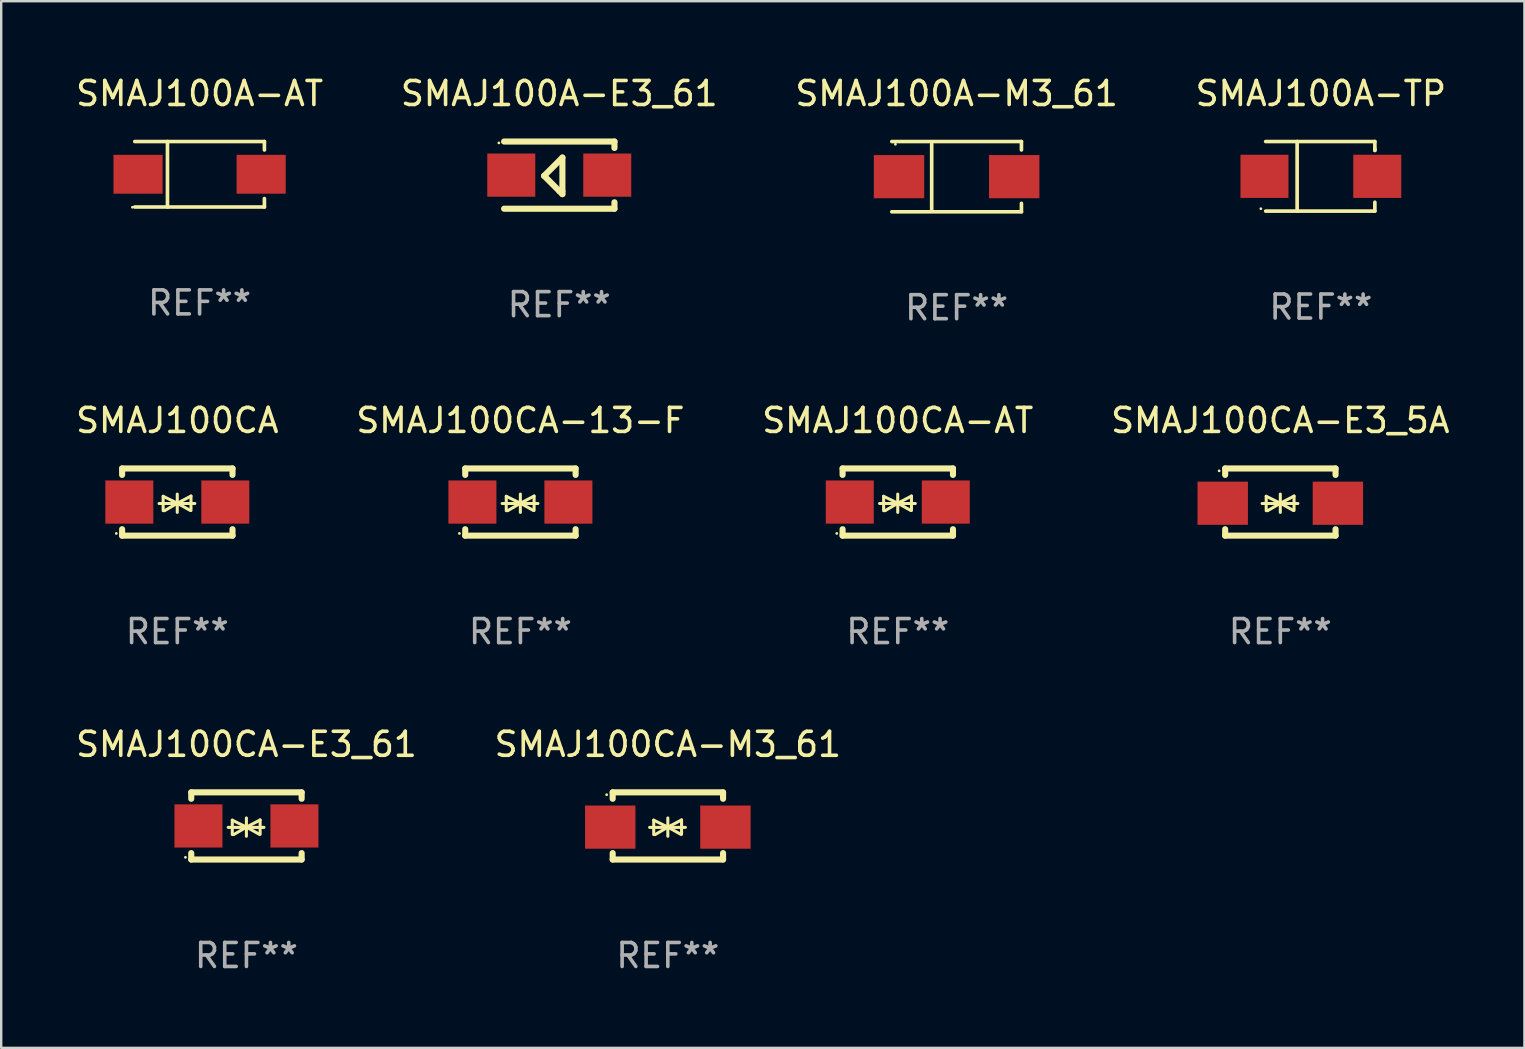
<source format=kicad_pcb>
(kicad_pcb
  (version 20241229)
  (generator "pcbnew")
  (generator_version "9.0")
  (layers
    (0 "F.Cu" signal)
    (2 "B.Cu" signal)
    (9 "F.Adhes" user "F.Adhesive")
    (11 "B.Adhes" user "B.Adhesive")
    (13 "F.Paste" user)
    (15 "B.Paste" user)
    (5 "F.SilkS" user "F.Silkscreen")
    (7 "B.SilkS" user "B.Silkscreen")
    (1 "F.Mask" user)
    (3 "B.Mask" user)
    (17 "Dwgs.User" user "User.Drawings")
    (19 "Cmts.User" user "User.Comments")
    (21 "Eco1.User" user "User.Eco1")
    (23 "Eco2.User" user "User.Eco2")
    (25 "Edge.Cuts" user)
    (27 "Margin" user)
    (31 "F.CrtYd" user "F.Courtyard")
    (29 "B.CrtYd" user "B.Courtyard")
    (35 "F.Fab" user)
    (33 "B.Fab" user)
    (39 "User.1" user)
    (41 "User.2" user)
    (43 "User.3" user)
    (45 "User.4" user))
  (footprint "SMAJ100A-TP"
    (layer "F.Cu")
    (at 51.994 4.298)
    (property "Reference" "SMAJ100A-TP" (at 0 -3.45 0) (layer "F.SilkS") (effects (font (size 1 1) (thickness 0.15))))
    (attr through_hole)
    (fp_line (start -2.3 -1.45) (end 2.25 -1.45) (stroke (width 0.152) (type solid)) (layer "F.SilkS"))
    (fp_line (start -0.989 -1.45) (end -0.989 1.45) (stroke (width 0.152) (type solid)) (layer "F.SilkS"))
    (fp_line (start 2.25 -1.45) (end 2.25 -1.08) (stroke (width 0.152) (type solid)) (layer "F.SilkS"))
    (fp_line (start 2.25 -1.08) (end 2.25 -1.142) (stroke (width 0.152) (type solid)) (layer "F.SilkS"))
    (fp_line (start 2.25 1.45) (end -2.3 1.45) (stroke (width 0.152) (type solid)) (layer "F.SilkS"))
    (fp_line (start 2.25 1.45) (end 2.25 1.08) (stroke (width 0.152) (type solid)) (layer "F.SilkS"))
    (fp_circle (center -2.5 1.35) (end -2.47 1.35) (stroke (width 0.06) (type solid)) (fill no) (layer "F.SilkS"))
    (fp_text user "REF**" (at 0 5.45 0) (layer "F.Fab") (effects (font (size 1 1) (thickness 0.15))))
    (pad "1" smd rect (at -2.35 0.000025) (size 2 1.8) (layers "F.Cu" "F.Mask" "F.Paste"))
    (pad "2" smd rect (at 2.35 0.000025) (size 2 1.8) (layers "F.Cu" "F.Mask" "F.Paste")))
  (footprint "SMAJ100CA-AT"
    (layer "F.Cu")
    (at 34.363 17.872)
    (property "Reference" "SMAJ100CA-AT" (at 0 -3.4 0) (layer "F.SilkS") (effects (font (size 1 1) (thickness 0.15))))
    (attr through_hole)
    (fp_line (start -2.3 -1.4) (end -2.3 -1.131) (stroke (width 0.254) (type solid)) (layer "F.SilkS"))
    (fp_line (start -2.3 -1.4) (end 2.3 -1.4) (stroke (width 0.254) (type solid)) (layer "F.SilkS"))
    (fp_line (start -2.3 1.131) (end -2.3 1.4) (stroke (width 0.254) (type solid)) (layer "F.SilkS"))
    (fp_line (start -2.3 1.4) (end 2.3 1.4) (stroke (width 0.254) (type solid)) (layer "F.SilkS"))
    (fp_line (start -0.76 0.06) (end 0.73 0.06) (stroke (width 0.127) (type solid)) (layer "F.SilkS"))
    (fp_line (start -0.59 -0.24) (end -0.59 0.36) (stroke (width 0.127) (type solid)) (layer "F.SilkS"))
    (fp_line (start -0.59 -0.24) (end -0.002 0.049) (stroke (width 0.127) (type solid)) (layer "F.SilkS"))
    (fp_line (start -0.53 0.36) (end -0.002 0.049) (stroke (width 0.127) (type solid)) (layer "F.SilkS"))
    (fp_line (start -0.002 0.049) (end -0.002 -0.332) (stroke (width 0.127) (type solid)) (layer "F.SilkS"))
    (fp_line (start -0.002 0.049) (end -0.002 0.43) (stroke (width 0.127) (type solid)) (layer "F.SilkS"))
    (fp_line (start 0.54 0.35) (end -0.002 0.049) (stroke (width 0.127) (type solid)) (layer "F.SilkS"))
    (fp_line (start 0.57 -0.25) (end -0.002 0.049) (stroke (width 0.127) (type solid)) (layer "F.SilkS"))
    (fp_line (start 0.57 -0.25) (end 0.57 0.35) (stroke (width 0.127) (type solid)) (layer "F.SilkS"))
    (fp_line (start 2.3 -1.4) (end 2.3 -1.131) (stroke (width 0.254) (type solid)) (layer "F.SilkS"))
    (fp_line (start 2.3 1.131) (end 2.3 1.4) (stroke (width 0.254) (type solid)) (layer "F.SilkS"))
    (fp_circle (center -2.542 1.308) (end -2.512 1.308) (stroke (width 0.06) (type solid)) (fill no) (layer "F.SilkS"))
    (fp_text user "REF**" (at 0 5.4 0) (layer "F.Fab") (effects (font (size 1 1) (thickness 0.15))))
    (pad "1" smd rect (at -2 0) (size 2 1.8) (layers "F.Cu" "F.Mask" "F.Paste"))
    (pad "2" smd rect (at 2 0) (size 2 1.8) (layers "F.Cu" "F.Mask" "F.Paste")))
  (footprint "SMAJ100CA-E3_61"
    (layer "F.Cu")
    (at 7.22 31.369)
    (property "Reference" "SMAJ100CA-E3_61" (at 0 -3.4 0) (layer "F.SilkS") (effects (font (size 1 1) (thickness 0.15))))
    (attr through_hole)
    (fp_line (start -2.3 -1.4) (end -2.3 -1.131) (stroke (width 0.254) (type solid)) (layer "F.SilkS"))
    (fp_line (start -2.3 -1.4) (end 2.3 -1.4) (stroke (width 0.254) (type solid)) (layer "F.SilkS"))
    (fp_line (start -2.3 1.131) (end -2.3 1.4) (stroke (width 0.254) (type solid)) (layer "F.SilkS"))
    (fp_line (start -2.3 1.4) (end 2.3 1.4) (stroke (width 0.254) (type solid)) (layer "F.SilkS"))
    (fp_line (start -0.76 0.06) (end 0.73 0.06) (stroke (width 0.127) (type solid)) (layer "F.SilkS"))
    (fp_line (start -0.59 -0.24) (end -0.59 0.36) (stroke (width 0.127) (type solid)) (layer "F.SilkS"))
    (fp_line (start -0.59 -0.24) (end -0.002 0.049) (stroke (width 0.127) (type solid)) (layer "F.SilkS"))
    (fp_line (start -0.53 0.36) (end -0.002 0.049) (stroke (width 0.127) (type solid)) (layer "F.SilkS"))
    (fp_line (start -0.002 0.049) (end -0.002 -0.332) (stroke (width 0.127) (type solid)) (layer "F.SilkS"))
    (fp_line (start -0.002 0.049) (end -0.002 0.43) (stroke (width 0.127) (type solid)) (layer "F.SilkS"))
    (fp_line (start 0.54 0.35) (end -0.002 0.049) (stroke (width 0.127) (type solid)) (layer "F.SilkS"))
    (fp_line (start 0.57 -0.25) (end -0.002 0.049) (stroke (width 0.127) (type solid)) (layer "F.SilkS"))
    (fp_line (start 0.57 -0.25) (end 0.57 0.35) (stroke (width 0.127) (type solid)) (layer "F.SilkS"))
    (fp_line (start 2.3 -1.4) (end 2.3 -1.131) (stroke (width 0.254) (type solid)) (layer "F.SilkS"))
    (fp_line (start 2.3 1.131) (end 2.3 1.4) (stroke (width 0.254) (type solid)) (layer "F.SilkS"))
    (fp_circle (center -2.542 1.308) (end -2.512 1.308) (stroke (width 0.06) (type solid)) (fill no) (layer "F.SilkS"))
    (fp_text user "REF**" (at 0 5.4 0) (layer "F.Fab") (effects (font (size 1 1) (thickness 0.15))))
    (pad "1" smd rect (at -2 0) (size 2 1.8) (layers "F.Cu" "F.Mask" "F.Paste"))
    (pad "2" smd rect (at 2 0) (size 2 1.8) (layers "F.Cu" "F.Mask" "F.Paste")))
  (footprint "SMAJ100A-AT"
    (layer "F.Cu")
    (at 5.268 4.212)
    (property "Reference" "SMAJ100A-AT" (at 0 -3.364 0) (layer "F.SilkS") (effects (font (size 1 1) (thickness 0.15))))
    (attr through_hole)
    (fp_line (start -2.701 -1.364) (end 2.701 -1.364) (stroke (width 0.152) (type solid)) (layer "F.SilkS"))
    (fp_line (start -2.701 1.364) (end 2.701 1.364) (stroke (width 0.152) (type solid)) (layer "F.SilkS"))
    (fp_line (start -1.339 -1.364) (end -1.339 1.364) (stroke (width 0.152) (type solid)) (layer "F.SilkS"))
    (fp_line (start 2.701 -1.364) (end 2.701 -1.013) (stroke (width 0.152) (type solid)) (layer "F.SilkS"))
    (fp_line (start 2.701 1.364) (end 2.701 1.013) (stroke (width 0.152) (type solid)) (layer "F.SilkS"))
    (fp_circle (center -2.8 1.375) (end -2.77 1.375) (stroke (width 0.06) (type solid)) (fill no) (layer "F.SilkS"))
    (fp_text user "REF**" (at 0 5.364 0) (layer "F.Fab") (effects (font (size 1 1) (thickness 0.15))))
    (pad "1" smd rect (at -2.565 -0.000025) (size 2.046 1.62) (layers "F.Cu" "F.Mask" "F.Paste"))
    (pad "2" smd rect (at 2.565 -0.000025) (size 2.046 1.62) (layers "F.Cu" "F.Mask" "F.Paste")))
  (footprint "SMAJ100A-M3_61"
    (layer "F.Cu")
    (at 36.815 4.312)
    (property "Reference" "SMAJ100A-M3_61" (at 0 -3.464 0) (layer "F.SilkS") (effects (font (size 1 1) (thickness 0.15))))
    (attr through_hole)
    (fp_line (start -2.701 -1.464) (end 2.701 -1.464) (stroke (width 0.152) (type solid)) (layer "F.SilkS"))
    (fp_line (start -2.701 1.464) (end 2.701 1.464) (stroke (width 0.152) (type solid)) (layer "F.SilkS"))
    (fp_line (start -1.039 -1.364) (end -1.039 1.364) (stroke (width 0.152) (type solid)) (layer "F.SilkS"))
    (fp_line (start 2.701 -1.464) (end 2.701 -1.113) (stroke (width 0.152) (type solid)) (layer "F.SilkS"))
    (fp_line (start 2.701 1.464) (end 2.701 1.113) (stroke (width 0.152) (type solid)) (layer "F.SilkS"))
    (fp_circle (center -2.55 -1.35) (end -2.52 -1.35) (stroke (width 0.06) (type solid)) (fill no) (layer "F.SilkS"))
    (fp_text user "REF**" (at 0 5.464 0) (layer "F.Fab") (effects (font (size 1 1) (thickness 0.15))))
    (pad "1" smd rect (at -2.4 0) (size 2.1 1.8) (layers "F.Cu" "F.Mask" "F.Paste"))
    (pad "2" smd rect (at 2.4 0) (size 2.1 1.8) (layers "F.Cu" "F.Mask" "F.Paste")))
  (footprint "SMAJ100CA"
    (layer "F.Cu")
    (at 4.339 17.872)
    (property "Reference" "SMAJ100CA" (at 0 -3.4 0) (layer "F.SilkS") (effects (font (size 1 1) (thickness 0.15))))
    (attr through_hole)
    (fp_line (start -2.3 -1.4) (end -2.3 -1.131) (stroke (width 0.254) (type solid)) (layer "F.SilkS"))
    (fp_line (start -2.3 -1.4) (end 2.3 -1.4) (stroke (width 0.254) (type solid)) (layer "F.SilkS"))
    (fp_line (start -2.3 1.131) (end -2.3 1.4) (stroke (width 0.254) (type solid)) (layer "F.SilkS"))
    (fp_line (start -2.3 1.4) (end 2.3 1.4) (stroke (width 0.254) (type solid)) (layer "F.SilkS"))
    (fp_line (start -0.76 0.06) (end 0.73 0.06) (stroke (width 0.127) (type solid)) (layer "F.SilkS"))
    (fp_line (start -0.59 -0.24) (end -0.59 0.36) (stroke (width 0.127) (type solid)) (layer "F.SilkS"))
    (fp_line (start -0.59 -0.24) (end -0.002 0.049) (stroke (width 0.127) (type solid)) (layer "F.SilkS"))
    (fp_line (start -0.53 0.36) (end -0.002 0.049) (stroke (width 0.127) (type solid)) (layer "F.SilkS"))
    (fp_line (start -0.002 0.049) (end -0.002 -0.332) (stroke (width 0.127) (type solid)) (layer "F.SilkS"))
    (fp_line (start -0.002 0.049) (end -0.002 0.43) (stroke (width 0.127) (type solid)) (layer "F.SilkS"))
    (fp_line (start 0.54 0.35) (end -0.002 0.049) (stroke (width 0.127) (type solid)) (layer "F.SilkS"))
    (fp_line (start 0.57 -0.25) (end -0.002 0.049) (stroke (width 0.127) (type solid)) (layer "F.SilkS"))
    (fp_line (start 0.57 -0.25) (end 0.57 0.35) (stroke (width 0.127) (type solid)) (layer "F.SilkS"))
    (fp_line (start 2.3 -1.4) (end 2.3 -1.131) (stroke (width 0.254) (type solid)) (layer "F.SilkS"))
    (fp_line (start 2.3 1.131) (end 2.3 1.4) (stroke (width 0.254) (type solid)) (layer "F.SilkS"))
    (fp_circle (center -2.542 1.308) (end -2.512 1.308) (stroke (width 0.06) (type solid)) (fill no) (layer "F.SilkS"))
    (fp_text user "REF**" (at 0 5.4 0) (layer "F.Fab") (effects (font (size 1 1) (thickness 0.15))))
    (pad "1" smd rect (at -2 0) (size 2 1.8) (layers "F.Cu" "F.Mask" "F.Paste"))
    (pad "2" smd rect (at 2 0) (size 2 1.8) (layers "F.Cu" "F.Mask" "F.Paste")))
  (footprint "SMAJ100CA-13-F"
    (layer "F.Cu")
    (at 18.637 17.872)
    (property "Reference" "SMAJ100CA-13-F" (at 0 -3.4 0) (layer "F.SilkS") (effects (font (size 1 1) (thickness 0.15))))
    (attr through_hole)
    (fp_line (start -2.3 -1.4) (end -2.3 -1.131) (stroke (width 0.254) (type solid)) (layer "F.SilkS"))
    (fp_line (start -2.3 -1.4) (end 2.3 -1.4) (stroke (width 0.254) (type solid)) (layer "F.SilkS"))
    (fp_line (start -2.3 1.131) (end -2.3 1.4) (stroke (width 0.254) (type solid)) (layer "F.SilkS"))
    (fp_line (start -2.3 1.4) (end 2.3 1.4) (stroke (width 0.254) (type solid)) (layer "F.SilkS"))
    (fp_line (start -0.76 0.06) (end 0.73 0.06) (stroke (width 0.127) (type solid)) (layer "F.SilkS"))
    (fp_line (start -0.59 -0.24) (end -0.59 0.36) (stroke (width 0.127) (type solid)) (layer "F.SilkS"))
    (fp_line (start -0.59 -0.24) (end -0.002 0.049) (stroke (width 0.127) (type solid)) (layer "F.SilkS"))
    (fp_line (start -0.53 0.36) (end -0.002 0.049) (stroke (width 0.127) (type solid)) (layer "F.SilkS"))
    (fp_line (start -0.002 0.049) (end -0.002 -0.332) (stroke (width 0.127) (type solid)) (layer "F.SilkS"))
    (fp_line (start -0.002 0.049) (end -0.002 0.43) (stroke (width 0.127) (type solid)) (layer "F.SilkS"))
    (fp_line (start 0.54 0.35) (end -0.002 0.049) (stroke (width 0.127) (type solid)) (layer "F.SilkS"))
    (fp_line (start 0.57 -0.25) (end -0.002 0.049) (stroke (width 0.127) (type solid)) (layer "F.SilkS"))
    (fp_line (start 0.57 -0.25) (end 0.57 0.35) (stroke (width 0.127) (type solid)) (layer "F.SilkS"))
    (fp_line (start 2.3 -1.4) (end 2.3 -1.131) (stroke (width 0.254) (type solid)) (layer "F.SilkS"))
    (fp_line (start 2.3 1.131) (end 2.3 1.4) (stroke (width 0.254) (type solid)) (layer "F.SilkS"))
    (fp_circle (center -2.542 1.308) (end -2.512 1.308) (stroke (width 0.06) (type solid)) (fill no) (layer "F.SilkS"))
    (fp_text user "REF**" (at 0 5.4 0) (layer "F.Fab") (effects (font (size 1 1) (thickness 0.15))))
    (pad "1" smd rect (at -2 0) (size 2 1.8) (layers "F.Cu" "F.Mask" "F.Paste"))
    (pad "2" smd rect (at 2 0) (size 2 1.8) (layers "F.Cu" "F.Mask" "F.Paste")))
  (footprint "SMAJ100CA-M3_61"
    (layer "F.Cu")
    (at 24.78 31.369)
    (property "Reference" "SMAJ100CA-M3_61" (at 0 -3.4 0) (layer "F.SilkS") (effects (font (size 1 1) (thickness 0.15))))
    (attr through_hole)
    (fp_line (start -2.298 -1.4) (end -2.298 -1.131) (stroke (width 0.254) (type solid)) (layer "F.SilkS"))
    (fp_line (start -2.298 -1.4) (end 2.302 -1.4) (stroke (width 0.254) (type solid)) (layer "F.SilkS"))
    (fp_line (start -2.298 1.131) (end -2.298 1.4) (stroke (width 0.254) (type solid)) (layer "F.SilkS"))
    (fp_line (start -2.298 1.4) (end 2.302 1.4) (stroke (width 0.254) (type solid)) (layer "F.SilkS"))
    (fp_line (start -0.758 0.06) (end 0.732 0.06) (stroke (width 0.127) (type solid)) (layer "F.SilkS"))
    (fp_line (start -0.588 -0.24) (end -0.588 0.36) (stroke (width 0.127) (type solid)) (layer "F.SilkS"))
    (fp_line (start -0.588 -0.24) (end 0.000025 0.049) (stroke (width 0.127) (type solid)) (layer "F.SilkS"))
    (fp_line (start -0.528 0.36) (end 0.000025 0.049) (stroke (width 0.127) (type solid)) (layer "F.SilkS"))
    (fp_line (start 0.000025 0.049) (end 0.000025 -0.332) (stroke (width 0.127) (type solid)) (layer "F.SilkS"))
    (fp_line (start 0.000025 0.049) (end 0.000025 0.43) (stroke (width 0.127) (type solid)) (layer "F.SilkS"))
    (fp_line (start 0.542 0.35) (end 0.000025 0.049) (stroke (width 0.127) (type solid)) (layer "F.SilkS"))
    (fp_line (start 0.572 -0.25) (end 0.000025 0.049) (stroke (width 0.127) (type solid)) (layer "F.SilkS"))
    (fp_line (start 0.572 -0.25) (end 0.572 0.35) (stroke (width 0.127) (type solid)) (layer "F.SilkS"))
    (fp_line (start 2.302 -1.4) (end 2.302 -1.131) (stroke (width 0.254) (type solid)) (layer "F.SilkS"))
    (fp_line (start 2.302 1.131) (end 2.302 1.4) (stroke (width 0.254) (type solid)) (layer "F.SilkS"))
    (fp_circle (center -2.549 -1.301) (end -2.519 -1.301) (stroke (width 0.06) (type solid)) (fill no) (layer "F.SilkS"))
    (fp_text user "REF**" (at 0 5.4 0) (layer "F.Fab") (effects (font (size 1 1) (thickness 0.15))))
    (pad "1" smd rect (at -2.4 0.049) (size 2.1 1.8) (layers "F.Cu" "F.Mask" "F.Paste"))
    (pad "2" smd rect (at 2.4 0.049) (size 2.1 1.8) (layers "F.Cu" "F.Mask" "F.Paste")))
  (footprint "SMAJ100CA-E3_5A"
    (layer "F.Cu")
    (at 50.304 17.872)
    (property "Reference" "SMAJ100CA-E3_5A" (at 0 -3.4 0) (layer "F.SilkS") (effects (font (size 1 1) (thickness 0.15))))
    (attr through_hole)
    (fp_line (start -2.298 -1.4) (end -2.298 -1.131) (stroke (width 0.254) (type solid)) (layer "F.SilkS"))
    (fp_line (start -2.298 -1.4) (end 2.302 -1.4) (stroke (width 0.254) (type solid)) (layer "F.SilkS"))
    (fp_line (start -2.298 1.131) (end -2.298 1.4) (stroke (width 0.254) (type solid)) (layer "F.SilkS"))
    (fp_line (start -2.298 1.4) (end 2.302 1.4) (stroke (width 0.254) (type solid)) (layer "F.SilkS"))
    (fp_line (start -0.758 0.06) (end 0.732 0.06) (stroke (width 0.127) (type solid)) (layer "F.SilkS"))
    (fp_line (start -0.588 -0.24) (end -0.588 0.36) (stroke (width 0.127) (type solid)) (layer "F.SilkS"))
    (fp_line (start -0.588 -0.24) (end 0.000025 0.049) (stroke (width 0.127) (type solid)) (layer "F.SilkS"))
    (fp_line (start -0.528 0.36) (end 0.000025 0.049) (stroke (width 0.127) (type solid)) (layer "F.SilkS"))
    (fp_line (start 0.000025 0.049) (end 0.000025 -0.332) (stroke (width 0.127) (type solid)) (layer "F.SilkS"))
    (fp_line (start 0.000025 0.049) (end 0.000025 0.43) (stroke (width 0.127) (type solid)) (layer "F.SilkS"))
    (fp_line (start 0.542 0.35) (end 0.000025 0.049) (stroke (width 0.127) (type solid)) (layer "F.SilkS"))
    (fp_line (start 0.572 -0.25) (end 0.000025 0.049) (stroke (width 0.127) (type solid)) (layer "F.SilkS"))
    (fp_line (start 0.572 -0.25) (end 0.572 0.35) (stroke (width 0.127) (type solid)) (layer "F.SilkS"))
    (fp_line (start 2.302 -1.4) (end 2.302 -1.131) (stroke (width 0.254) (type solid)) (layer "F.SilkS"))
    (fp_line (start 2.302 1.131) (end 2.302 1.4) (stroke (width 0.254) (type solid)) (layer "F.SilkS"))
    (fp_circle (center -2.549 -1.301) (end -2.519 -1.301) (stroke (width 0.06) (type solid)) (fill no) (layer "F.SilkS"))
    (fp_text user "REF**" (at 0 5.4 0) (layer "F.Fab") (effects (font (size 1 1) (thickness 0.15))))
    (pad "1" smd rect (at -2.4 0.049) (size 2.1 1.8) (layers "F.Cu" "F.Mask" "F.Paste"))
    (pad "2" smd rect (at 2.4 0.049) (size 2.1 1.8) (layers "F.Cu" "F.Mask" "F.Paste")))
  (footprint "SMAJ100A-E3_61"
    (layer "F.Cu")
    (at 20.256 4.248)
    (property "Reference" "SMAJ100A-E3_61" (at 0 -3.4 0) (layer "F.SilkS") (effects (font (size 1 1) (thickness 0.15))))
    (attr through_hole)
    (fp_line (start -2.3 -1.4) (end 2.3 -1.4) (stroke (width 0.254) (type solid)) (layer "F.SilkS"))
    (fp_line (start -2.3 1.4) (end 2.3 1.4) (stroke (width 0.254) (type solid)) (layer "F.SilkS"))
    (fp_line (start -0.631 0.03) (end 0.131 -0.732) (stroke (width 0.254) (type solid)) (layer "F.SilkS"))
    (fp_line (start 0.004 0.665) (end -0.631 0.03) (stroke (width 0.254) (type solid)) (layer "F.SilkS"))
    (fp_line (start 0.131 -0.732) (end 0.131 0.665) (stroke (width 0.254) (type solid)) (layer "F.SilkS"))
    (fp_line (start 0.131 0.665) (end 0.131 0.792) (stroke (width 0.254) (type solid)) (layer "F.SilkS"))
    (fp_line (start 0.131 0.792) (end 0.004 0.665) (stroke (width 0.254) (type solid)) (layer "F.SilkS"))
    (fp_line (start 2.3 -1.4) (end 2.3 -1.131) (stroke (width 0.254) (type solid)) (layer "F.SilkS"))
    (fp_line (start 2.3 1.131) (end 2.3 1.4) (stroke (width 0.254) (type solid)) (layer "F.SilkS"))
    (fp_circle (center -2.517 -1.342) (end -2.487 -1.342) (stroke (width 0.06) (type solid)) (fill no) (layer "F.SilkS"))
    (fp_text user "REF**" (at 0 5.4 0) (layer "F.Fab") (effects (font (size 1 1) (thickness 0.15))))
    (pad "1" smd rect (at -2 -0.000127) (size 2 1.8) (layers "F.Cu" "F.Mask" "F.Paste"))
    (pad "2" smd rect (at 2 -0.000127) (size 2 1.8) (layers "F.Cu" "F.Mask" "F.Paste")))
  (gr_rect
    (start -3 -3)
    (end 60.476 40.617)
    (stroke (width 0.1) (type default))
    (fill no)
    (layer "Edge.Cuts")))
</source>
